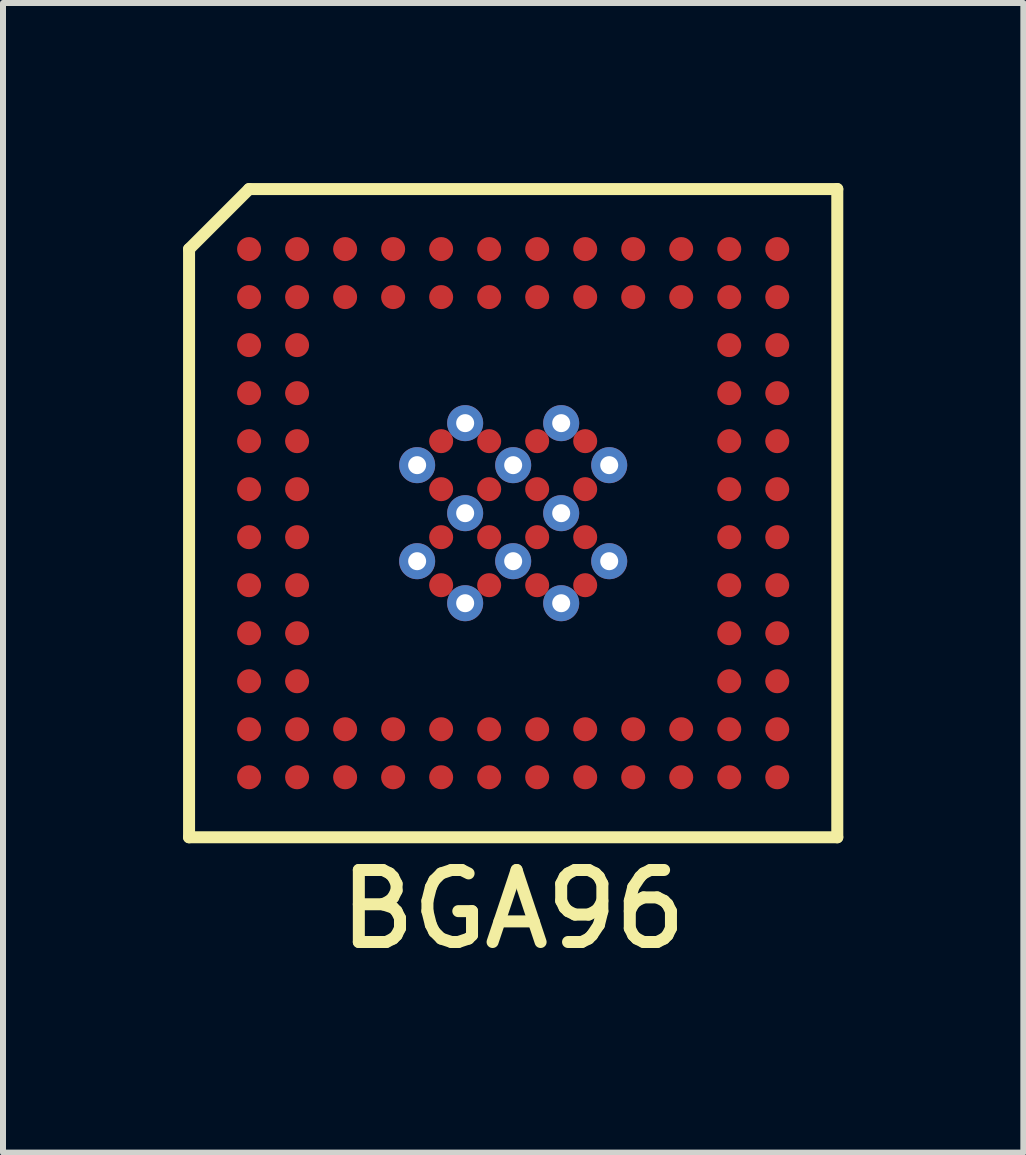
<source format=kicad_pcb>
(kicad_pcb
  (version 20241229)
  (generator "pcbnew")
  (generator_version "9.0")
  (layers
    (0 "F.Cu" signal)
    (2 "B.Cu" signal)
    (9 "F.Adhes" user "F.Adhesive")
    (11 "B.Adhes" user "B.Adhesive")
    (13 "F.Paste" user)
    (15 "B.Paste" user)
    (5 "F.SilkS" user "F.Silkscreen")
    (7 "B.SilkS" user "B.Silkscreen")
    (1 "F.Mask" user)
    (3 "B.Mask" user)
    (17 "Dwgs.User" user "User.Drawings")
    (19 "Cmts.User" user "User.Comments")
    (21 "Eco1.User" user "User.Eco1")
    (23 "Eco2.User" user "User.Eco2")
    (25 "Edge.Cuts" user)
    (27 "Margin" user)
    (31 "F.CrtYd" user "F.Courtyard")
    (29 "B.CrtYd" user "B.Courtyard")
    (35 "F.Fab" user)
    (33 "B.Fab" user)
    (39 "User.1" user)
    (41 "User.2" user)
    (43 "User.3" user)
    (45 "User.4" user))
  (footprint "BGA96"
    (layer "F.Cu")
    (at 5.5 5.5)
    (property "Reference" "BGA96" (at 0 6.6 0) (layer "F.SilkS") (effects (font (size 1.2 1.2) (thickness 0.2))))
    (attr through_hole)
    (fp_line (start -5.4 -4.4) (end -5.4 5.4) (stroke (width 0.2) (type solid)) (layer "F.SilkS"))
    (fp_line (start -5.4 5.4) (end 5.4 5.4) (stroke (width 0.2) (type solid)) (layer "F.SilkS"))
    (fp_line (start -4.4 -5.4) (end -5.4 -4.4) (stroke (width 0.2) (type solid)) (layer "F.SilkS"))
    (fp_line (start 5.4 -5.4) (end -4.4 -5.4) (stroke (width 0.2) (type solid)) (layer "F.SilkS"))
    (fp_line (start 5.4 5.4) (end 5.4 -5.4) (stroke (width 0.2) (type solid)) (layer "F.SilkS"))
    (pad "A1" smd circle (at -4.4 -4.4) (size 0.4 0.4) (layers "F.Cu" "F.Mask" "F.Paste"))
    (pad "A2" smd circle (at -3.6 -4.4) (size 0.4 0.4) (layers "F.Cu" "F.Mask" "F.Paste"))
    (pad "A3" smd circle (at -2.8 -4.4) (size 0.4 0.4) (layers "F.Cu" "F.Mask" "F.Paste"))
    (pad "A4" smd circle (at -2 -4.4) (size 0.4 0.4) (layers "F.Cu" "F.Mask" "F.Paste"))
    (pad "A5" smd circle (at -1.2 -4.4) (size 0.4 0.4) (layers "F.Cu" "F.Mask" "F.Paste"))
    (pad "A6" smd circle (at -0.4 -4.4) (size 0.4 0.4) (layers "F.Cu" "F.Mask" "F.Paste"))
    (pad "A7" smd circle (at 0.4 -4.4) (size 0.4 0.4) (layers "F.Cu" "F.Mask" "F.Paste"))
    (pad "A8" smd circle (at 1.2 -4.4) (size 0.4 0.4) (layers "F.Cu" "F.Mask" "F.Paste"))
    (pad "A9" smd circle (at 2 -4.4) (size 0.4 0.4) (layers "F.Cu" "F.Mask" "F.Paste"))
    (pad "A10" smd circle (at 2.8 -4.4) (size 0.4 0.4) (layers "F.Cu" "F.Mask" "F.Paste"))
    (pad "A11" smd circle (at 3.6 -4.4) (size 0.4 0.4) (layers "F.Cu" "F.Mask" "F.Paste"))
    (pad "A12" smd circle (at 4.4 -4.4) (size 0.4 0.4) (layers "F.Cu" "F.Mask" "F.Paste"))
    (pad "B1" smd circle (at -4.4 -3.6) (size 0.4 0.4) (layers "F.Cu" "F.Mask" "F.Paste"))
    (pad "B2" smd circle (at -3.6 -3.6) (size 0.4 0.4) (layers "F.Cu" "F.Mask" "F.Paste"))
    (pad "B3" smd circle (at -2.8 -3.6) (size 0.4 0.4) (layers "F.Cu" "F.Mask" "F.Paste"))
    (pad "B4" smd circle (at -2 -3.6) (size 0.4 0.4) (layers "F.Cu" "F.Mask" "F.Paste"))
    (pad "B5" smd circle (at -1.2 -3.6) (size 0.4 0.4) (layers "F.Cu" "F.Mask" "F.Paste"))
    (pad "B6" smd circle (at -0.4 -3.6) (size 0.4 0.4) (layers "F.Cu" "F.Mask" "F.Paste"))
    (pad "B7" smd circle (at 0.4 -3.6) (size 0.4 0.4) (layers "F.Cu" "F.Mask" "F.Paste"))
    (pad "B8" smd circle (at 1.2 -3.6) (size 0.4 0.4) (layers "F.Cu" "F.Mask" "F.Paste"))
    (pad "B9" smd circle (at 2 -3.6) (size 0.4 0.4) (layers "F.Cu" "F.Mask" "F.Paste"))
    (pad "B10" smd circle (at 2.8 -3.6) (size 0.4 0.4) (layers "F.Cu" "F.Mask" "F.Paste"))
    (pad "B11" smd circle (at 3.6 -3.6) (size 0.4 0.4) (layers "F.Cu" "F.Mask" "F.Paste"))
    (pad "B12" smd circle (at 4.4 -3.6) (size 0.4 0.4) (layers "F.Cu" "F.Mask" "F.Paste"))
    (pad "C1" smd circle (at -4.4 -2.8) (size 0.4 0.4) (layers "F.Cu" "F.Mask" "F.Paste"))
    (pad "C2" smd circle (at -3.6 -2.8) (size 0.4 0.4) (layers "F.Cu" "F.Mask" "F.Paste"))
    (pad "C11" smd circle (at 3.6 -2.8) (size 0.4 0.4) (layers "F.Cu" "F.Mask" "F.Paste"))
    (pad "C12" smd circle (at 4.4 -2.8) (size 0.4 0.4) (layers "F.Cu" "F.Mask" "F.Paste"))
    (pad "D1" smd circle (at -4.4 -2) (size 0.4 0.4) (layers "F.Cu" "F.Mask" "F.Paste"))
    (pad "D2" smd circle (at -3.6 -2) (size 0.4 0.4) (layers "F.Cu" "F.Mask" "F.Paste"))
    (pad "D11" smd circle (at 3.6 -2) (size 0.4 0.4) (layers "F.Cu" "F.Mask" "F.Paste"))
    (pad "D12" smd circle (at 4.4 -2) (size 0.4 0.4) (layers "F.Cu" "F.Mask" "F.Paste"))
    (pad "E1" smd circle (at -4.4 -1.2) (size 0.4 0.4) (layers "F.Cu" "F.Mask" "F.Paste"))
    (pad "E2" smd circle (at -3.6 -1.2) (size 0.4 0.4) (layers "F.Cu" "F.Mask" "F.Paste"))
    (pad "E5" smd circle (at -1.2 -1.2) (size 0.4 0.4) (layers "F.Cu" "F.Mask" "F.Paste"))
    (pad "E6" smd circle (at -0.4 -1.2) (size 0.4 0.4) (layers "F.Cu" "F.Mask" "F.Paste"))
    (pad "E7" smd circle (at 0.4 -1.2) (size 0.4 0.4) (layers "F.Cu" "F.Mask" "F.Paste"))
    (pad "E8" smd circle (at 1.2 -1.2) (size 0.4 0.4) (layers "F.Cu" "F.Mask" "F.Paste"))
    (pad "E11" smd circle (at 3.6 -1.2) (size 0.4 0.4) (layers "F.Cu" "F.Mask" "F.Paste"))
    (pad "E12" smd circle (at 4.4 -1.2) (size 0.4 0.4) (layers "F.Cu" "F.Mask" "F.Paste"))
    (pad "F1" smd circle (at -4.4 -0.4) (size 0.4 0.4) (layers "F.Cu" "F.Mask" "F.Paste"))
    (pad "F2" smd circle (at -3.6 -0.4) (size 0.4 0.4) (layers "F.Cu" "F.Mask" "F.Paste"))
    (pad "F5" smd circle (at -1.2 -0.4) (size 0.4 0.4) (layers "F.Cu" "F.Mask" "F.Paste"))
    (pad "F6" smd circle (at -0.4 -0.4) (size 0.4 0.4) (layers "F.Cu" "F.Mask" "F.Paste"))
    (pad "F7" smd circle (at 0.4 -0.4) (size 0.4 0.4) (layers "F.Cu" "F.Mask" "F.Paste"))
    (pad "F8" smd circle (at 1.2 -0.4) (size 0.4 0.4) (layers "F.Cu" "F.Mask" "F.Paste"))
    (pad "F11" smd circle (at 3.6 -0.4) (size 0.4 0.4) (layers "F.Cu" "F.Mask" "F.Paste"))
    (pad "F12" smd circle (at 4.4 -0.4) (size 0.4 0.4) (layers "F.Cu" "F.Mask" "F.Paste"))
    (pad "G1" smd circle (at -4.4 0.4) (size 0.4 0.4) (layers "F.Cu" "F.Mask" "F.Paste"))
    (pad "G2" smd circle (at -3.6 0.4) (size 0.4 0.4) (layers "F.Cu" "F.Mask" "F.Paste"))
    (pad "G5" smd circle (at -1.2 0.4) (size 0.4 0.4) (layers "F.Cu" "F.Mask" "F.Paste"))
    (pad "G6" smd circle (at -0.4 0.4) (size 0.4 0.4) (layers "F.Cu" "F.Mask" "F.Paste"))
    (pad "G7" smd circle (at 0.4 0.4) (size 0.4 0.4) (layers "F.Cu" "F.Mask" "F.Paste"))
    (pad "G8" smd circle (at 1.2 0.4) (size 0.4 0.4) (layers "F.Cu" "F.Mask" "F.Paste"))
    (pad "G11" smd circle (at 3.6 0.4) (size 0.4 0.4) (layers "F.Cu" "F.Mask" "F.Paste"))
    (pad "G12" smd circle (at 4.4 0.4) (size 0.4 0.4) (layers "F.Cu" "F.Mask" "F.Paste"))
    (pad "GND" thru_hole circle (at -1.6 -0.8) (size 0.6 0.6) (drill 0.3) (layers "*.Cu"))
    (pad "GND" thru_hole circle (at -1.6 0.8) (size 0.6 0.6) (drill 0.3) (layers "*.Cu"))
    (pad "GND" thru_hole circle (at -0.8 -1.5) (size 0.6 0.6) (drill 0.3) (layers "*.Cu"))
    (pad "GND" thru_hole circle (at -0.8 0) (size 0.6 0.6) (drill 0.3) (layers "*.Cu"))
    (pad "GND" thru_hole circle (at -0.8 1.5) (size 0.6 0.6) (drill 0.3) (layers "*.Cu"))
    (pad "GND" thru_hole circle (at 0 -0.8) (size 0.6 0.6) (drill 0.3) (layers "*.Cu"))
    (pad "GND" thru_hole circle (at 0 0.8) (size 0.6 0.6) (drill 0.3) (layers "*.Cu"))
    (pad "GND" thru_hole circle (at 0.8 -1.5) (size 0.6 0.6) (drill 0.3) (layers "*.Cu"))
    (pad "GND" thru_hole circle (at 0.8 0) (size 0.6 0.6) (drill 0.3) (layers "*.Cu"))
    (pad "GND" thru_hole circle (at 0.8 1.5) (size 0.6 0.6) (drill 0.3) (layers "*.Cu"))
    (pad "GND" thru_hole circle (at 1.6 -0.8) (size 0.6 0.6) (drill 0.3) (layers "*.Cu"))
    (pad "GND" thru_hole circle (at 1.6 0.8) (size 0.6 0.6) (drill 0.3) (layers "*.Cu"))
    (pad "H1" smd circle (at -4.4 1.2) (size 0.4 0.4) (layers "F.Cu" "F.Mask" "F.Paste"))
    (pad "H2" smd circle (at -3.6 1.2) (size 0.4 0.4) (layers "F.Cu" "F.Mask" "F.Paste"))
    (pad "H5" smd circle (at -1.2 1.2) (size 0.4 0.4) (layers "F.Cu" "F.Mask" "F.Paste"))
    (pad "H6" smd circle (at -0.4 1.2) (size 0.4 0.4) (layers "F.Cu" "F.Mask" "F.Paste"))
    (pad "H7" smd circle (at 0.4 1.2) (size 0.4 0.4) (layers "F.Cu" "F.Mask" "F.Paste"))
    (pad "H8" smd circle (at 1.2 1.2) (size 0.4 0.4) (layers "F.Cu" "F.Mask" "F.Paste"))
    (pad "H11" smd circle (at 3.6 1.2) (size 0.4 0.4) (layers "F.Cu" "F.Mask" "F.Paste"))
    (pad "H12" smd circle (at 4.4 1.2) (size 0.4 0.4) (layers "F.Cu" "F.Mask" "F.Paste"))
    (pad "J1" smd circle (at -4.4 2) (size 0.4 0.4) (layers "F.Cu" "F.Mask" "F.Paste"))
    (pad "J2" smd circle (at -3.6 2) (size 0.4 0.4) (layers "F.Cu" "F.Mask" "F.Paste"))
    (pad "J11" smd circle (at 3.6 2) (size 0.4 0.4) (layers "F.Cu" "F.Mask" "F.Paste"))
    (pad "J12" smd circle (at 4.4 2) (size 0.4 0.4) (layers "F.Cu" "F.Mask" "F.Paste"))
    (pad "K1" smd circle (at -4.4 2.8) (size 0.4 0.4) (layers "F.Cu" "F.Mask" "F.Paste"))
    (pad "K2" smd circle (at -3.6 2.8) (size 0.4 0.4) (layers "F.Cu" "F.Mask" "F.Paste"))
    (pad "K11" smd circle (at 3.6 2.8) (size 0.4 0.4) (layers "F.Cu" "F.Mask" "F.Paste"))
    (pad "K12" smd circle (at 4.4 2.8) (size 0.4 0.4) (layers "F.Cu" "F.Mask" "F.Paste"))
    (pad "L1" smd circle (at -4.4 3.6) (size 0.4 0.4) (layers "F.Cu" "F.Mask" "F.Paste"))
    (pad "L2" smd circle (at -3.6 3.6) (size 0.4 0.4) (layers "F.Cu" "F.Mask" "F.Paste"))
    (pad "L3" smd circle (at -2.8 3.6) (size 0.4 0.4) (layers "F.Cu" "F.Mask" "F.Paste"))
    (pad "L4" smd circle (at -2 3.6) (size 0.4 0.4) (layers "F.Cu" "F.Mask" "F.Paste"))
    (pad "L5" smd circle (at -1.2 3.6) (size 0.4 0.4) (layers "F.Cu" "F.Mask" "F.Paste"))
    (pad "L6" smd circle (at -0.4 3.6) (size 0.4 0.4) (layers "F.Cu" "F.Mask" "F.Paste"))
    (pad "L7" smd circle (at 0.4 3.6) (size 0.4 0.4) (layers "F.Cu" "F.Mask" "F.Paste"))
    (pad "L8" smd circle (at 1.2 3.6) (size 0.4 0.4) (layers "F.Cu" "F.Mask" "F.Paste"))
    (pad "L9" smd circle (at 2 3.6) (size 0.4 0.4) (layers "F.Cu" "F.Mask" "F.Paste"))
    (pad "L10" smd circle (at 2.8 3.6) (size 0.4 0.4) (layers "F.Cu" "F.Mask" "F.Paste"))
    (pad "L11" smd circle (at 3.6 3.6) (size 0.4 0.4) (layers "F.Cu" "F.Mask" "F.Paste"))
    (pad "L12" smd circle (at 4.4 3.6) (size 0.4 0.4) (layers "F.Cu" "F.Mask" "F.Paste"))
    (pad "M1" smd circle (at -4.4 4.4) (size 0.4 0.4) (layers "F.Cu" "F.Mask" "F.Paste"))
    (pad "M2" smd circle (at -3.6 4.4) (size 0.4 0.4) (layers "F.Cu" "F.Mask" "F.Paste"))
    (pad "M3" smd circle (at -2.8 4.4) (size 0.4 0.4) (layers "F.Cu" "F.Mask" "F.Paste"))
    (pad "M4" smd circle (at -2 4.4) (size 0.4 0.4) (layers "F.Cu" "F.Mask" "F.Paste"))
    (pad "M5" smd circle (at -1.2 4.4) (size 0.4 0.4) (layers "F.Cu" "F.Mask" "F.Paste"))
    (pad "M6" smd circle (at -0.4 4.4) (size 0.4 0.4) (layers "F.Cu" "F.Mask" "F.Paste"))
    (pad "M7" smd circle (at 0.4 4.4) (size 0.4 0.4) (layers "F.Cu" "F.Mask" "F.Paste"))
    (pad "M8" smd circle (at 1.2 4.4) (size 0.4 0.4) (layers "F.Cu" "F.Mask" "F.Paste"))
    (pad "M9" smd circle (at 2 4.4) (size 0.4 0.4) (layers "F.Cu" "F.Mask" "F.Paste"))
    (pad "M10" smd circle (at 2.8 4.4) (size 0.4 0.4) (layers "F.Cu" "F.Mask" "F.Paste"))
    (pad "M11" smd circle (at 3.6 4.4) (size 0.4 0.4) (layers "F.Cu" "F.Mask" "F.Paste"))
    (pad "M12" smd circle (at 4.4 4.4) (size 0.4 0.4) (layers "F.Cu" "F.Mask" "F.Paste")))
  (gr_rect
    (start -3 -3)
    (end 14 16.153)
    (stroke (width 0.1) (type default))
    (fill no)
    (layer "Edge.Cuts")))
</source>
